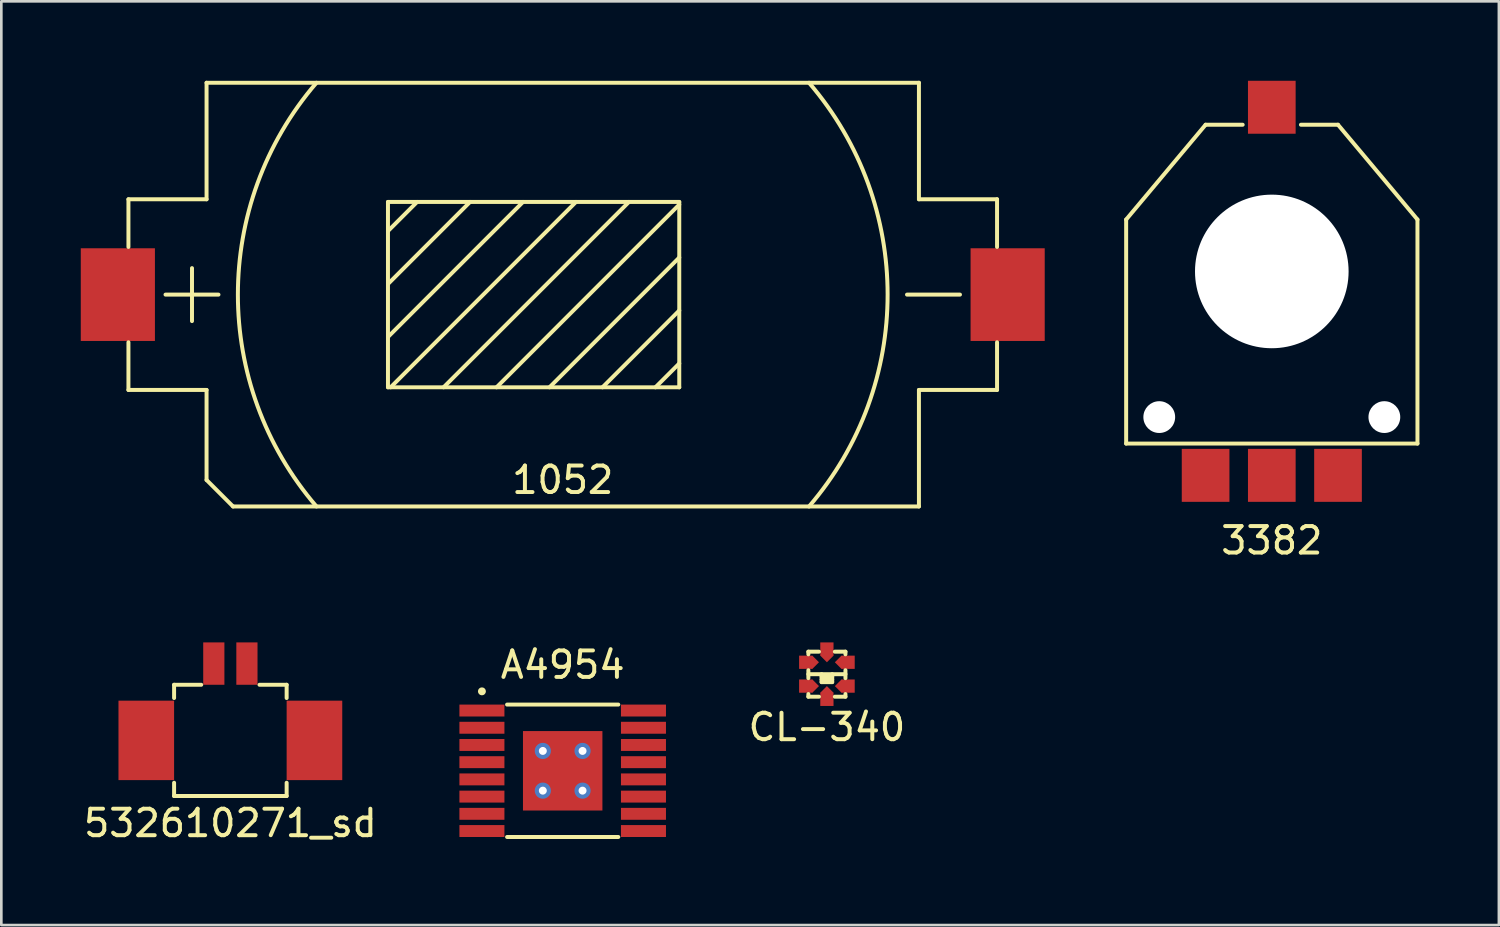
<source format=kicad_pcb>
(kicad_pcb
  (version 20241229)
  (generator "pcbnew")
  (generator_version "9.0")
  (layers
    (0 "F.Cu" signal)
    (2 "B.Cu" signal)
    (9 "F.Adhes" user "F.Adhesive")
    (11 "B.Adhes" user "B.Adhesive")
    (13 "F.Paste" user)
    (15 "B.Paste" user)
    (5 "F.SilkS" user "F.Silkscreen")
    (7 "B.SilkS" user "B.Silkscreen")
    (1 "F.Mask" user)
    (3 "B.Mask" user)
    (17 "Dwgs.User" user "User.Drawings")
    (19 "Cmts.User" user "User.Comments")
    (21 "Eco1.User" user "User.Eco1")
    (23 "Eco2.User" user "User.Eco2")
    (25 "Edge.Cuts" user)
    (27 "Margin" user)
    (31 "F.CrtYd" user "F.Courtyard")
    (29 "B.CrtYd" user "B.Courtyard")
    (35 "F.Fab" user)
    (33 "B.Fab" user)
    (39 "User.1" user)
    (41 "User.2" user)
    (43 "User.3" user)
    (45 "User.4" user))
  (footprint "532610271_sd"
    (layer "F.Cu")
    (at 5.649 26.033)
    (property "Reference" "532610271_sd" (at 0 2 0) (layer "F.SilkS") (effects (font (size 1 1) (thickness 0.15))))
    (attr smd)
    (fp_line (start -2.125 -3.225) (end -2.125 -2.725) (stroke (width 0.15) (type solid)) (layer "F.SilkS"))
    (fp_line (start -2.125 0.975) (end -2.125 0.475) (stroke (width 0.15) (type solid)) (layer "F.SilkS"))
    (fp_line (start -2.125 0.975) (end 2.125 0.975) (stroke (width 0.15) (type solid)) (layer "F.SilkS"))
    (fp_line (start -1.1 -3.225) (end -2.125 -3.225) (stroke (width 0.15) (type solid)) (layer "F.SilkS"))
    (fp_line (start 1.1 -3.225) (end 2.125 -3.225) (stroke (width 0.15) (type solid)) (layer "F.SilkS"))
    (fp_line (start 2.125 -3.225) (end 2.125 -2.725) (stroke (width 0.15) (type solid)) (layer "F.SilkS"))
    (fp_line (start 2.125 0.975) (end 2.125 0.475) (stroke (width 0.15) (type solid)) (layer "F.SilkS"))
    (pad "1" smd rect (at -0.625 -4.025) (size 0.8 1.6) (layers "F.Cu" "F.Mask" "F.Paste"))
    (pad "2" smd rect (at 0.625 -4.025) (size 0.8 1.6) (layers "F.Cu" "F.Mask" "F.Paste"))
    (pad "3" smd rect (at 3.175 -1.125) (size 2.1 3) (layers "F.Cu" "F.Mask" "F.Paste"))
    (pad "4" smd rect (at -3.175 -1.125) (size 2.1 3) (layers "F.Cu" "F.Mask" "F.Paste")))
  (footprint "CL-340"
    (layer "F.Cu")
    (at 28.175 22.408)
    (property "Reference" "CL-340" (at 0 2 0) (layer "F.SilkS") (effects (font (size 1 1) (thickness 0.15))))
    (attr smd)
    (fp_line (start -0.7 -0.85) (end -0.7 -0.75) (stroke (width 0.15) (type solid)) (layer "F.SilkS"))
    (fp_line (start -0.7 -0.15) (end -0.7 0.15) (stroke (width 0.15) (type solid)) (layer "F.SilkS"))
    (fp_line (start -0.7 0) (end 0.7 0) (stroke (width 0.15) (type solid)) (layer "F.SilkS"))
    (fp_line (start -0.7 0.85) (end -0.7 0.75) (stroke (width 0.15) (type solid)) (layer "F.SilkS"))
    (fp_line (start -0.3 -0.85) (end -0.7 -0.85) (stroke (width 0.15) (type solid)) (layer "F.SilkS"))
    (fp_line (start -0.3 0.85) (end -0.7 0.85) (stroke (width 0.15) (type solid)) (layer "F.SilkS"))
    (fp_line (start -0.2 0) (end -0.2 0.3) (stroke (width 0.15) (type solid)) (layer "F.SilkS"))
    (fp_line (start -0.2 0.1) (end 0.2 0.1) (stroke (width 0.15) (type solid)) (layer "F.SilkS"))
    (fp_line (start -0.2 0.2) (end 0.2 0.2) (stroke (width 0.15) (type solid)) (layer "F.SilkS"))
    (fp_line (start -0.2 0.3) (end 0.2 0.3) (stroke (width 0.15) (type solid)) (layer "F.SilkS"))
    (fp_line (start 0.2 0.3) (end 0.2 0) (stroke (width 0.15) (type solid)) (layer "F.SilkS"))
    (fp_line (start 0.3 -0.85) (end 0.7 -0.85) (stroke (width 0.15) (type solid)) (layer "F.SilkS"))
    (fp_line (start 0.3 0.85) (end 0.7 0.85) (stroke (width 0.15) (type solid)) (layer "F.SilkS"))
    (fp_line (start 0.7 -0.85) (end 0.7 -0.75) (stroke (width 0.15) (type solid)) (layer "F.SilkS"))
    (fp_line (start 0.7 -0.15) (end 0.7 0.15) (stroke (width 0.15) (type solid)) (layer "F.SilkS"))
    (fp_line (start 0.7 0.85) (end 0.7 0.75) (stroke (width 0.15) (type solid)) (layer "F.SilkS"))
    (pad "1" smd rect (at 0.55 -0.45 45) (size 0.354 0.354) (layers "F.Cu" "F.Mask" "F.Paste"))
    (pad "1" smd rect (at 0.8 -0.45) (size 0.5 0.5) (layers "F.Cu" "F.Mask" "F.Paste"))
    (pad "2" smd rect (at 0 -0.95) (size 0.5 0.5) (layers "F.Cu" "F.Mask" "F.Paste"))
    (pad "2" smd rect (at 0 -0.7 45) (size 0.354 0.354) (layers "F.Cu" "F.Mask" "F.Paste"))
    (pad "3" smd rect (at -0.8 -0.45) (size 0.5 0.5) (layers "F.Cu" "F.Mask" "F.Paste"))
    (pad "3" smd rect (at -0.55 -0.45 45) (size 0.354 0.354) (layers "F.Cu" "F.Mask" "F.Paste"))
    (pad "4" smd rect (at -0.8 0.45) (size 0.5 0.5) (layers "F.Cu" "F.Mask" "F.Paste"))
    (pad "4" smd rect (at -0.55 0.45 45) (size 0.354 0.354) (layers "F.Cu" "F.Mask" "F.Paste"))
    (pad "5" smd rect (at 0 0.7 45) (size 0.354 0.354) (layers "F.Cu" "F.Mask" "F.Paste"))
    (pad "5" smd rect (at 0 0.95) (size 0.5 0.5) (layers "F.Cu" "F.Mask" "F.Paste"))
    (pad "6" smd rect (at 0.55 0.45 45) (size 0.354 0.354) (layers "F.Cu" "F.Mask" "F.Paste"))
    (pad "6" smd rect (at 0.8 0.45) (size 0.5 0.5) (layers "F.Cu" "F.Mask" "F.Paste")))
  (footprint "1052"
    (layer "F.Cu")
    (at 18.2 8.075)
    (property "Reference" "1052" (at 0 7 0) (layer "F.SilkS") (effects (font (size 1 1) (thickness 0.15))))
    (attr smd)
    (fp_line (start -16.4 -3.6) (end -16.4 -1.8) (stroke (width 0.15) (type solid)) (layer "F.SilkS"))
    (fp_line (start -16.4 3.6) (end -16.4 1.8) (stroke (width 0.15) (type solid)) (layer "F.SilkS"))
    (fp_line (start -15 0) (end -13 0) (stroke (width 0.15) (type solid)) (layer "F.SilkS"))
    (fp_line (start -14 -1) (end -14 1) (stroke (width 0.15) (type solid)) (layer "F.SilkS"))
    (fp_line (start -13.45 -8) (end -13.45 -3.6) (stroke (width 0.15) (type solid)) (layer "F.SilkS"))
    (fp_line (start -13.45 -8) (end 13.45 -8) (stroke (width 0.15) (type solid)) (layer "F.SilkS"))
    (fp_line (start -13.45 -3.6) (end -16.4 -3.6) (stroke (width 0.15) (type solid)) (layer "F.SilkS"))
    (fp_line (start -13.45 3.6) (end -16.4 3.6) (stroke (width 0.15) (type solid)) (layer "F.SilkS"))
    (fp_line (start -13.45 7) (end -13.45 3.6) (stroke (width 0.15) (type solid)) (layer "F.SilkS"))
    (fp_line (start -13.45 7) (end -12.45 8) (stroke (width 0.15) (type solid)) (layer "F.SilkS"))
    (fp_line (start -12.45 8) (end 13.45 8) (stroke (width 0.15) (type solid)) (layer "F.SilkS"))
    (fp_line (start -6.6 -3.5) (end -6.6 3.5) (stroke (width 0.15) (type solid)) (layer "F.SilkS"))
    (fp_line (start -6.6 -3.5) (end 4.4 -3.5) (stroke (width 0.15) (type solid)) (layer "F.SilkS"))
    (fp_line (start -6.6 1.6) (end -1.5 -3.5) (stroke (width 0.15) (type solid)) (layer "F.SilkS"))
    (fp_line (start -6.6 3.5) (end 4.4 3.5) (stroke (width 0.15) (type solid)) (layer "F.SilkS"))
    (fp_line (start -5.5 -3.5) (end -6.6 -2.4) (stroke (width 0.15) (type solid)) (layer "F.SilkS"))
    (fp_line (start -3.5 -3.5) (end -6.6 -0.4) (stroke (width 0.15) (type solid)) (layer "F.SilkS"))
    (fp_line (start 0.5 -3.5) (end -6.5 3.5) (stroke (width 0.15) (type solid)) (layer "F.SilkS"))
    (fp_line (start 2.5 -3.5) (end -4.5 3.5) (stroke (width 0.15) (type solid)) (layer "F.SilkS"))
    (fp_line (start 4.4 -3.5) (end 4.4 3.5) (stroke (width 0.15) (type solid)) (layer "F.SilkS"))
    (fp_line (start 4.4 -3.4) (end -2.5 3.5) (stroke (width 0.15) (type solid)) (layer "F.SilkS"))
    (fp_line (start 4.4 -1.4) (end -0.5 3.5) (stroke (width 0.15) (type solid)) (layer "F.SilkS"))
    (fp_line (start 4.4 0.6) (end 1.5 3.5) (stroke (width 0.15) (type solid)) (layer "F.SilkS"))
    (fp_line (start 4.4 2.6) (end 3.5 3.5) (stroke (width 0.15) (type solid)) (layer "F.SilkS"))
    (fp_line (start 13.45 -8) (end 13.45 -3.6) (stroke (width 0.15) (type solid)) (layer "F.SilkS"))
    (fp_line (start 13.45 -3.6) (end 16.4 -3.6) (stroke (width 0.15) (type solid)) (layer "F.SilkS"))
    (fp_line (start 13.45 3.6) (end 16.4 3.6) (stroke (width 0.15) (type solid)) (layer "F.SilkS"))
    (fp_line (start 13.45 8) (end 13.45 3.6) (stroke (width 0.15) (type solid)) (layer "F.SilkS"))
    (fp_line (start 15 0) (end 13 0) (stroke (width 0.15) (type solid)) (layer "F.SilkS"))
    (fp_line (start 16.4 -3.6) (end 16.4 -1.8) (stroke (width 0.15) (type solid)) (layer "F.SilkS"))
    (fp_line (start 16.4 3.6) (end 16.4 1.8) (stroke (width 0.15) (type solid)) (layer "F.SilkS"))
    (fp_arc (start -9.3 8) (mid -12.267437 0) (end -9.3 -8) (stroke (width 0.15) (type solid)) (layer "F.SilkS"))
    (fp_arc (start 9.3 -8) (mid 12.267437 0) (end 9.3 8) (stroke (width 0.15) (type solid)) (layer "F.SilkS"))
    (pad "1" smd rect (at -16.8 0) (size 2.8 3.5) (layers "F.Cu" "F.Mask" "F.Paste"))
    (pad "2" smd rect (at 16.8 0) (size 2.8 3.5) (layers "F.Cu" "F.Mask" "F.Paste")))
  (footprint "A4954"
    (layer "F.Cu")
    (at 18.198 26.056)
    (property "Reference" "A4954" (at 0 -4 0) (layer "F.SilkS") (effects (font (size 1 1) (thickness 0.15))))
    (attr smd)
    (fp_line (start -2.1 -2.5) (end 2.1 -2.5) (stroke (width 0.15) (type solid)) (layer "F.SilkS"))
    (fp_line (start -2.1 2.5) (end 2.1 2.5) (stroke (width 0.15) (type solid)) (layer "F.SilkS"))
    (fp_circle (center -3.05 -3) (end -2.975 -3) (stroke (width 0.15) (type solid)) (fill no) (layer "F.SilkS"))
    (pad "1" smd rect (at -3.05 -2.275) (size 1.7 0.45) (layers "F.Cu" "F.Mask" "F.Paste"))
    (pad "2" smd rect (at -3.05 -1.625) (size 1.7 0.45) (layers "F.Cu" "F.Mask" "F.Paste"))
    (pad "3" smd rect (at -3.05 -0.975) (size 1.7 0.45) (layers "F.Cu" "F.Mask" "F.Paste"))
    (pad "4" smd rect (at -3.05 -0.325) (size 1.7 0.45) (layers "F.Cu" "F.Mask" "F.Paste"))
    (pad "5" smd rect (at -3.05 0.325) (size 1.7 0.45) (layers "F.Cu" "F.Mask" "F.Paste"))
    (pad "6" smd rect (at -3.05 0.975) (size 1.7 0.45) (layers "F.Cu" "F.Mask" "F.Paste"))
    (pad "7" smd rect (at -3.05 1.625) (size 1.7 0.45) (layers "F.Cu" "F.Mask" "F.Paste"))
    (pad "8" smd rect (at -3.05 2.275) (size 1.7 0.45) (layers "F.Cu" "F.Mask" "F.Paste"))
    (pad "9" smd rect (at 3.05 2.275) (size 1.7 0.45) (layers "F.Cu" "F.Mask" "F.Paste"))
    (pad "10" smd rect (at 3.05 1.625) (size 1.7 0.45) (layers "F.Cu" "F.Mask" "F.Paste"))
    (pad "11" smd rect (at 3.05 0.975) (size 1.7 0.45) (layers "F.Cu" "F.Mask" "F.Paste"))
    (pad "12" smd rect (at 3.05 0.325) (size 1.7 0.45) (layers "F.Cu" "F.Mask" "F.Paste"))
    (pad "13" smd rect (at 3.05 -0.325) (size 1.7 0.45) (layers "F.Cu" "F.Mask" "F.Paste"))
    (pad "14" smd rect (at 3.05 -0.975) (size 1.7 0.45) (layers "F.Cu" "F.Mask" "F.Paste"))
    (pad "15" smd rect (at 3.05 -1.625) (size 1.7 0.45) (layers "F.Cu" "F.Mask" "F.Paste"))
    (pad "16" smd rect (at 3.05 -2.275) (size 1.7 0.45) (layers "F.Cu" "F.Mask" "F.Paste"))
    (pad "17" thru_hole circle (at -0.75 -0.75) (size 0.61 0.61) (drill 0.3) (layers "*.Cu" "*.Mask"))
    (pad "17" thru_hole circle (at -0.75 0.75) (size 0.61 0.61) (drill 0.3) (layers "*.Cu" "*.Mask"))
    (pad "17" smd rect (at 0 0) (size 3 3) (layers "F.Cu" "F.Mask" "F.Paste"))
    (pad "17" thru_hole circle (at 0.75 -0.75) (size 0.61 0.61) (drill 0.3) (layers "*.Cu" "*.Mask"))
    (pad "17" thru_hole circle (at 0.75 0.75) (size 0.61 0.61) (drill 0.3) (layers "*.Cu" "*.Mask")))
  (footprint "3382"
    (layer "F.Cu")
    (at 44.975 7.2)
    (property "Reference" "3382" (at 0 10.16 0) (layer "F.SilkS") (effects (font (size 1 1) (thickness 0.15))))
    (attr through_hole)
    (fp_line (start -5.5 6.5) (end -5.5 -1.96) (stroke (width 0.15) (type solid)) (layer "F.SilkS"))
    (fp_line (start -5.5 6.5) (end 5.5 6.5) (stroke (width 0.15) (type solid)) (layer "F.SilkS"))
    (fp_line (start -2.5 -5.54) (end -5.5 -1.96) (stroke (width 0.15) (type solid)) (layer "F.SilkS"))
    (fp_line (start -2.5 -5.54) (end -1.1 -5.54) (stroke (width 0.15) (type solid)) (layer "F.SilkS"))
    (fp_line (start 1.1 -5.54) (end 2.5 -5.54) (stroke (width 0.15) (type solid)) (layer "F.SilkS"))
    (fp_line (start 2.5 -5.54) (end 5.5 -1.96) (stroke (width 0.15) (type solid)) (layer "F.SilkS"))
    (fp_line (start 5.5 6.5) (end 5.5 -1.96) (stroke (width 0.15) (type solid)) (layer "F.SilkS"))
    (pad "" np_thru_hole circle (at -4.25 5.5) (size 1.2 1.2) (drill 1.2) (layers "*.Cu" "*.Mask"))
    (pad "" smd rect (at 0 -6.2) (size 1.8 2) (layers "F.Cu" "F.Mask" "F.Paste"))
    (pad "" np_thru_hole circle (at 0 0) (size 5.8 5.8) (drill 5.8) (layers "*.Cu" "*.Mask"))
    (pad "" np_thru_hole circle (at 4.25 5.5) (size 1.2 1.2) (drill 1.2) (layers "*.Cu" "*.Mask"))
    (pad "1" smd rect (at -2.5 7.7) (size 1.8 2) (layers "F.Cu" "F.Mask" "F.Paste"))
    (pad "2" smd rect (at 0 7.7) (size 1.8 2) (layers "F.Cu" "F.Mask" "F.Paste"))
    (pad "3" smd rect (at 2.5 7.7) (size 1.8 2) (layers "F.Cu" "F.Mask" "F.Paste")))
  (gr_rect
    (start -3 -3)
    (end 53.55 31.881)
    (stroke (width 0.1) (type default))
    (fill no)
    (layer "Edge.Cuts")))
</source>
